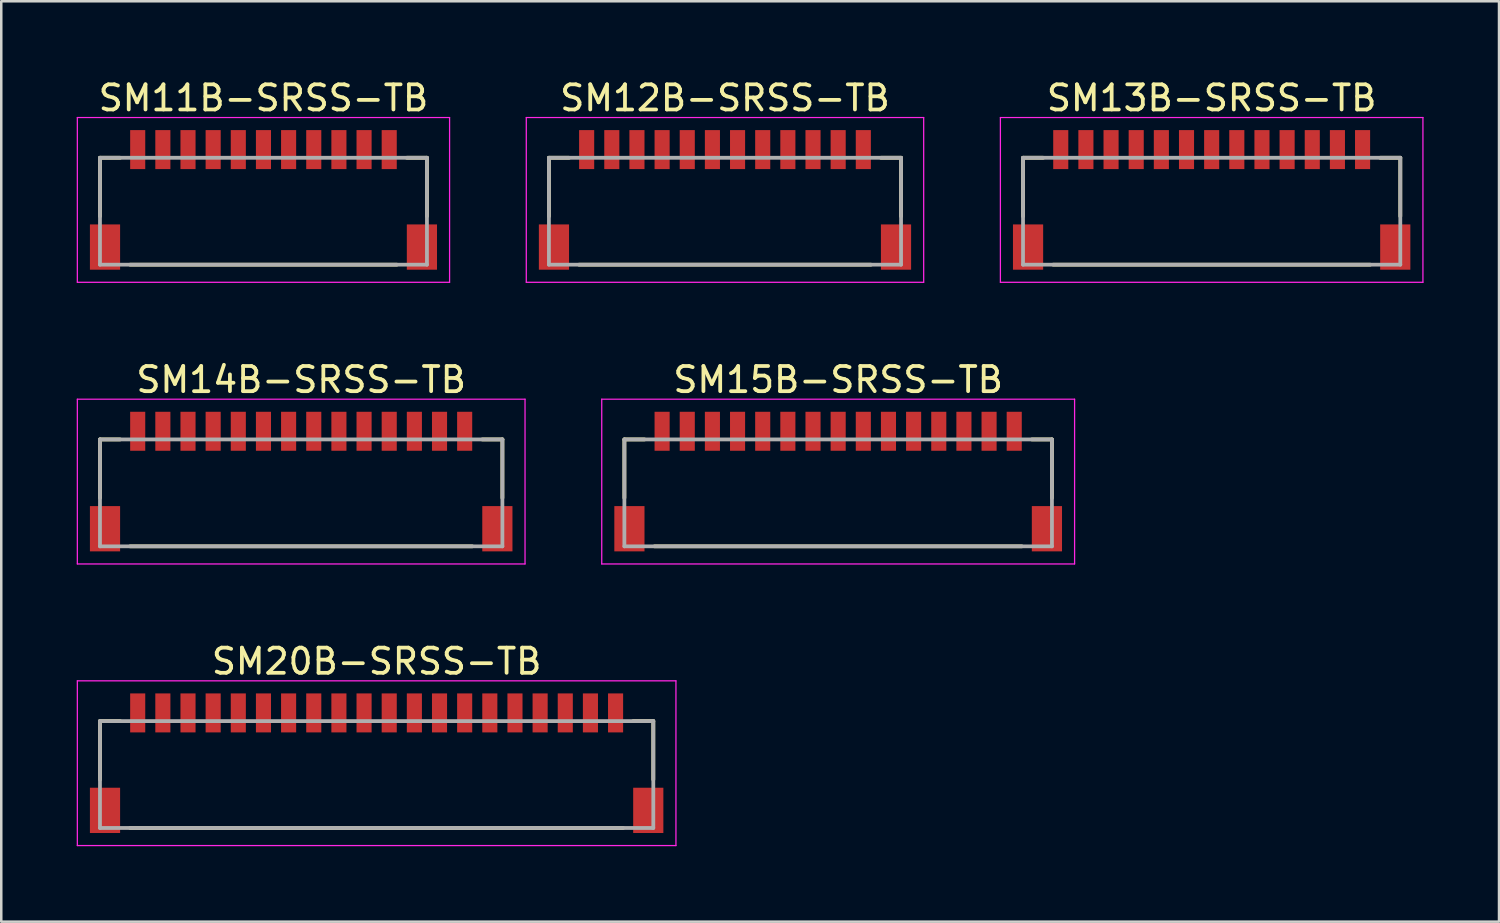
<source format=kicad_pcb>
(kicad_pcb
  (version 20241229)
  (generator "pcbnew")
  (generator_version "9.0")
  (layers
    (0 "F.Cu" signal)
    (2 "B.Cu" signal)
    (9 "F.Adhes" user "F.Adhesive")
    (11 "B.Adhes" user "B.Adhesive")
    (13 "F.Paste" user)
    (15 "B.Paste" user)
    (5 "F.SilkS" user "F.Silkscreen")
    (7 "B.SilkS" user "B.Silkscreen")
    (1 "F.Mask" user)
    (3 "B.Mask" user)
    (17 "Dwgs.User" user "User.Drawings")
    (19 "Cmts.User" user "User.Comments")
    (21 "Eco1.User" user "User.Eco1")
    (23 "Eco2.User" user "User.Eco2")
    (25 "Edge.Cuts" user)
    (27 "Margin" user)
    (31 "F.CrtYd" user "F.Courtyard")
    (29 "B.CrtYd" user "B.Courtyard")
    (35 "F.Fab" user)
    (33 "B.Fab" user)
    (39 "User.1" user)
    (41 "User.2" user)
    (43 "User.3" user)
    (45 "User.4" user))
  (footprint "SM14B-SRSS-TB"
    (layer "F.Cu")
    (at 8.925 16.547)
    (property "Reference" "SM14B-SRSS-TB" (at 0 -4.5 0) (layer "F.SilkS") (effects (font (size 1 1) (thickness 0.15))))
    (attr smd)
    (fp_line (start -8 -2.125) (end -8 0.2) (stroke (width 0.15) (type solid)) (layer "F.SilkS"))
    (fp_line (start -8 -2.125) (end -7.2 -2.125) (stroke (width 0.15) (type solid)) (layer "F.SilkS"))
    (fp_line (start -6.8 2.125) (end 6.8 2.125) (stroke (width 0.15) (type solid)) (layer "F.SilkS"))
    (fp_line (start 7.2 -2.125) (end 8 -2.125) (stroke (width 0.15) (type solid)) (layer "F.SilkS"))
    (fp_line (start 8 -2.125) (end 8 0.2) (stroke (width 0.15) (type solid)) (layer "F.SilkS"))
    (fp_line (start -8.9 -3.725) (end -8.9 2.825) (stroke (width 0.05) (type solid)) (layer "F.CrtYd"))
    (fp_line (start -8.9 -3.725) (end 8.9 -3.725) (stroke (width 0.05) (type solid)) (layer "F.CrtYd"))
    (fp_line (start -8.9 2.825) (end 8.9 2.825) (stroke (width 0.05) (type solid)) (layer "F.CrtYd"))
    (fp_line (start 8.9 -3.725) (end 8.9 2.825) (stroke (width 0.05) (type solid)) (layer "F.CrtYd"))
    (fp_line (start -8 -2.125) (end -8 2.125) (stroke (width 0.15) (type solid)) (layer "F.Fab"))
    (fp_line (start -8 -2.125) (end 8 -2.125) (stroke (width 0.15) (type solid)) (layer "F.Fab"))
    (fp_line (start -8 2.125) (end 8 2.125) (stroke (width 0.15) (type solid)) (layer "F.Fab"))
    (fp_line (start 8 -2.125) (end 8 2.125) (stroke (width 0.15) (type solid)) (layer "F.Fab"))
    (pad "1" smd rect (at -6.5 -2.45) (size 0.6 1.55) (layers "F.Cu" "F.Mask" "F.Paste"))
    (pad "2" smd rect (at -5.5 -2.45) (size 0.6 1.55) (layers "F.Cu" "F.Mask" "F.Paste"))
    (pad "3" smd rect (at -4.5 -2.45) (size 0.6 1.55) (layers "F.Cu" "F.Mask" "F.Paste"))
    (pad "4" smd rect (at -3.5 -2.45) (size 0.6 1.55) (layers "F.Cu" "F.Mask" "F.Paste"))
    (pad "5" smd rect (at -2.5 -2.45) (size 0.6 1.55) (layers "F.Cu" "F.Mask" "F.Paste"))
    (pad "6" smd rect (at -1.5 -2.45) (size 0.6 1.55) (layers "F.Cu" "F.Mask" "F.Paste"))
    (pad "7" smd rect (at -0.5 -2.45) (size 0.6 1.55) (layers "F.Cu" "F.Mask" "F.Paste"))
    (pad "8" smd rect (at 0.5 -2.45) (size 0.6 1.55) (layers "F.Cu" "F.Mask" "F.Paste"))
    (pad "9" smd rect (at 1.5 -2.45) (size 0.6 1.55) (layers "F.Cu" "F.Mask" "F.Paste"))
    (pad "10" smd rect (at 2.5 -2.45) (size 0.6 1.55) (layers "F.Cu" "F.Mask" "F.Paste"))
    (pad "11" smd rect (at 3.5 -2.45) (size 0.6 1.55) (layers "F.Cu" "F.Mask" "F.Paste"))
    (pad "12" smd rect (at 4.5 -2.45) (size 0.6 1.55) (layers "F.Cu" "F.Mask" "F.Paste"))
    (pad "13" smd rect (at 5.5 -2.45) (size 0.6 1.55) (layers "F.Cu" "F.Mask" "F.Paste"))
    (pad "14" smd rect (at 6.5 -2.45) (size 0.6 1.55) (layers "F.Cu" "F.Mask" "F.Paste"))
    (pad "S" smd rect (at -7.8 1.425) (size 1.2 1.8) (layers "F.Cu" "F.Mask" "F.Paste"))
    (pad "S" smd rect (at 7.8 1.425) (size 1.2 1.8) (layers "F.Cu" "F.Mask" "F.Paste")))
  (footprint "SM15B-SRSS-TB"
    (layer "F.Cu")
    (at 30.275 16.547)
    (property "Reference" "SM15B-SRSS-TB" (at 0 -4.5 0) (layer "F.SilkS") (effects (font (size 1 1) (thickness 0.15))))
    (attr smd)
    (fp_line (start -8.5 -2.125) (end -8.5 0.2) (stroke (width 0.15) (type solid)) (layer "F.SilkS"))
    (fp_line (start -8.5 -2.125) (end -7.7 -2.125) (stroke (width 0.15) (type solid)) (layer "F.SilkS"))
    (fp_line (start -7.3 2.125) (end 7.3 2.125) (stroke (width 0.15) (type solid)) (layer "F.SilkS"))
    (fp_line (start 7.7 -2.125) (end 8.5 -2.125) (stroke (width 0.15) (type solid)) (layer "F.SilkS"))
    (fp_line (start 8.5 -2.125) (end 8.5 0.2) (stroke (width 0.15) (type solid)) (layer "F.SilkS"))
    (fp_line (start -9.4 -3.725) (end -9.4 2.825) (stroke (width 0.05) (type solid)) (layer "F.CrtYd"))
    (fp_line (start -9.4 -3.725) (end 9.4 -3.725) (stroke (width 0.05) (type solid)) (layer "F.CrtYd"))
    (fp_line (start -9.4 2.825) (end 9.4 2.825) (stroke (width 0.05) (type solid)) (layer "F.CrtYd"))
    (fp_line (start 9.4 -3.725) (end 9.4 2.825) (stroke (width 0.05) (type solid)) (layer "F.CrtYd"))
    (fp_line (start -8.5 -2.125) (end -8.5 2.125) (stroke (width 0.15) (type solid)) (layer "F.Fab"))
    (fp_line (start -8.5 -2.125) (end 8.5 -2.125) (stroke (width 0.15) (type solid)) (layer "F.Fab"))
    (fp_line (start -8.5 2.125) (end 8.5 2.125) (stroke (width 0.15) (type solid)) (layer "F.Fab"))
    (fp_line (start 8.5 -2.125) (end 8.5 2.125) (stroke (width 0.15) (type solid)) (layer "F.Fab"))
    (pad "1" smd rect (at -7 -2.45) (size 0.6 1.55) (layers "F.Cu" "F.Mask" "F.Paste"))
    (pad "2" smd rect (at -6 -2.45) (size 0.6 1.55) (layers "F.Cu" "F.Mask" "F.Paste"))
    (pad "3" smd rect (at -5 -2.45) (size 0.6 1.55) (layers "F.Cu" "F.Mask" "F.Paste"))
    (pad "4" smd rect (at -4 -2.45) (size 0.6 1.55) (layers "F.Cu" "F.Mask" "F.Paste"))
    (pad "5" smd rect (at -3 -2.45) (size 0.6 1.55) (layers "F.Cu" "F.Mask" "F.Paste"))
    (pad "6" smd rect (at -2 -2.45) (size 0.6 1.55) (layers "F.Cu" "F.Mask" "F.Paste"))
    (pad "7" smd rect (at -1 -2.45) (size 0.6 1.55) (layers "F.Cu" "F.Mask" "F.Paste"))
    (pad "8" smd rect (at 0 -2.45) (size 0.6 1.55) (layers "F.Cu" "F.Mask" "F.Paste"))
    (pad "9" smd rect (at 1 -2.45) (size 0.6 1.55) (layers "F.Cu" "F.Mask" "F.Paste"))
    (pad "10" smd rect (at 2 -2.45) (size 0.6 1.55) (layers "F.Cu" "F.Mask" "F.Paste"))
    (pad "11" smd rect (at 3 -2.45) (size 0.6 1.55) (layers "F.Cu" "F.Mask" "F.Paste"))
    (pad "12" smd rect (at 4 -2.45) (size 0.6 1.55) (layers "F.Cu" "F.Mask" "F.Paste"))
    (pad "13" smd rect (at 5 -2.45) (size 0.6 1.55) (layers "F.Cu" "F.Mask" "F.Paste"))
    (pad "14" smd rect (at 6 -2.45) (size 0.6 1.55) (layers "F.Cu" "F.Mask" "F.Paste"))
    (pad "15" smd rect (at 7 -2.45) (size 0.6 1.55) (layers "F.Cu" "F.Mask" "F.Paste"))
    (pad "S" smd rect (at -8.3 1.425) (size 1.2 1.8) (layers "F.Cu" "F.Mask" "F.Paste"))
    (pad "S" smd rect (at 8.3 1.425) (size 1.2 1.8) (layers "F.Cu" "F.Mask" "F.Paste")))
  (footprint "SM11B-SRSS-TB"
    (layer "F.Cu")
    (at 7.425 5.348)
    (property "Reference" "SM11B-SRSS-TB" (at 0 -4.5 0) (layer "F.SilkS") (effects (font (size 1 1) (thickness 0.15))))
    (attr smd)
    (fp_line (start -6.5 -2.125) (end -6.5 0.2) (stroke (width 0.15) (type solid)) (layer "F.SilkS"))
    (fp_line (start -6.5 -2.125) (end -5.7 -2.125) (stroke (width 0.15) (type solid)) (layer "F.SilkS"))
    (fp_line (start -5.3 2.125) (end 5.3 2.125) (stroke (width 0.15) (type solid)) (layer "F.SilkS"))
    (fp_line (start 5.7 -2.125) (end 6.5 -2.125) (stroke (width 0.15) (type solid)) (layer "F.SilkS"))
    (fp_line (start 6.5 -2.125) (end 6.5 0.2) (stroke (width 0.15) (type solid)) (layer "F.SilkS"))
    (fp_line (start -7.4 -3.725) (end -7.4 2.825) (stroke (width 0.05) (type solid)) (layer "F.CrtYd"))
    (fp_line (start -7.4 -3.725) (end 7.4 -3.725) (stroke (width 0.05) (type solid)) (layer "F.CrtYd"))
    (fp_line (start -7.4 2.825) (end 7.4 2.825) (stroke (width 0.05) (type solid)) (layer "F.CrtYd"))
    (fp_line (start 7.4 -3.725) (end 7.4 2.825) (stroke (width 0.05) (type solid)) (layer "F.CrtYd"))
    (fp_line (start -6.5 -2.125) (end -6.5 2.125) (stroke (width 0.15) (type solid)) (layer "F.Fab"))
    (fp_line (start -6.5 -2.125) (end 6.5 -2.125) (stroke (width 0.15) (type solid)) (layer "F.Fab"))
    (fp_line (start -6.5 2.125) (end 6.5 2.125) (stroke (width 0.15) (type solid)) (layer "F.Fab"))
    (fp_line (start 6.5 -2.125) (end 6.5 2.125) (stroke (width 0.15) (type solid)) (layer "F.Fab"))
    (pad "1" smd rect (at -5 -2.45) (size 0.6 1.55) (layers "F.Cu" "F.Mask" "F.Paste"))
    (pad "2" smd rect (at -4 -2.45) (size 0.6 1.55) (layers "F.Cu" "F.Mask" "F.Paste"))
    (pad "3" smd rect (at -3 -2.45) (size 0.6 1.55) (layers "F.Cu" "F.Mask" "F.Paste"))
    (pad "4" smd rect (at -2 -2.45) (size 0.6 1.55) (layers "F.Cu" "F.Mask" "F.Paste"))
    (pad "5" smd rect (at -1 -2.45) (size 0.6 1.55) (layers "F.Cu" "F.Mask" "F.Paste"))
    (pad "6" smd rect (at 0 -2.45) (size 0.6 1.55) (layers "F.Cu" "F.Mask" "F.Paste"))
    (pad "7" smd rect (at 1 -2.45) (size 0.6 1.55) (layers "F.Cu" "F.Mask" "F.Paste"))
    (pad "8" smd rect (at 2 -2.45) (size 0.6 1.55) (layers "F.Cu" "F.Mask" "F.Paste"))
    (pad "9" smd rect (at 3 -2.45) (size 0.6 1.55) (layers "F.Cu" "F.Mask" "F.Paste"))
    (pad "10" smd rect (at 4 -2.45) (size 0.6 1.55) (layers "F.Cu" "F.Mask" "F.Paste"))
    (pad "11" smd rect (at 5 -2.45) (size 0.6 1.55) (layers "F.Cu" "F.Mask" "F.Paste"))
    (pad "S" smd rect (at -6.3 1.425) (size 1.2 1.8) (layers "F.Cu" "F.Mask" "F.Paste"))
    (pad "S" smd rect (at 6.3 1.425) (size 1.2 1.8) (layers "F.Cu" "F.Mask" "F.Paste")))
  (footprint "SM13B-SRSS-TB"
    (layer "F.Cu")
    (at 45.125 5.348)
    (property "Reference" "SM13B-SRSS-TB" (at 0 -4.5 0) (layer "F.SilkS") (effects (font (size 1 1) (thickness 0.15))))
    (attr smd)
    (fp_line (start -7.5 -2.125) (end -7.5 0.2) (stroke (width 0.15) (type solid)) (layer "F.SilkS"))
    (fp_line (start -7.5 -2.125) (end -6.7 -2.125) (stroke (width 0.15) (type solid)) (layer "F.SilkS"))
    (fp_line (start -6.3 2.125) (end 6.3 2.125) (stroke (width 0.15) (type solid)) (layer "F.SilkS"))
    (fp_line (start 6.7 -2.125) (end 7.5 -2.125) (stroke (width 0.15) (type solid)) (layer "F.SilkS"))
    (fp_line (start 7.5 -2.125) (end 7.5 0.2) (stroke (width 0.15) (type solid)) (layer "F.SilkS"))
    (fp_line (start -8.4 -3.725) (end -8.4 2.825) (stroke (width 0.05) (type solid)) (layer "F.CrtYd"))
    (fp_line (start -8.4 -3.725) (end 8.4 -3.725) (stroke (width 0.05) (type solid)) (layer "F.CrtYd"))
    (fp_line (start -8.4 2.825) (end 8.4 2.825) (stroke (width 0.05) (type solid)) (layer "F.CrtYd"))
    (fp_line (start 8.4 -3.725) (end 8.4 2.825) (stroke (width 0.05) (type solid)) (layer "F.CrtYd"))
    (fp_line (start -7.5 -2.125) (end -7.5 2.125) (stroke (width 0.15) (type solid)) (layer "F.Fab"))
    (fp_line (start -7.5 -2.125) (end 7.5 -2.125) (stroke (width 0.15) (type solid)) (layer "F.Fab"))
    (fp_line (start -7.5 2.125) (end 7.5 2.125) (stroke (width 0.15) (type solid)) (layer "F.Fab"))
    (fp_line (start 7.5 -2.125) (end 7.5 2.125) (stroke (width 0.15) (type solid)) (layer "F.Fab"))
    (pad "1" smd rect (at -6 -2.45) (size 0.6 1.55) (layers "F.Cu" "F.Mask" "F.Paste"))
    (pad "2" smd rect (at -5 -2.45) (size 0.6 1.55) (layers "F.Cu" "F.Mask" "F.Paste"))
    (pad "3" smd rect (at -4 -2.45) (size 0.6 1.55) (layers "F.Cu" "F.Mask" "F.Paste"))
    (pad "4" smd rect (at -3 -2.45) (size 0.6 1.55) (layers "F.Cu" "F.Mask" "F.Paste"))
    (pad "5" smd rect (at -2 -2.45) (size 0.6 1.55) (layers "F.Cu" "F.Mask" "F.Paste"))
    (pad "6" smd rect (at -1 -2.45) (size 0.6 1.55) (layers "F.Cu" "F.Mask" "F.Paste"))
    (pad "7" smd rect (at 0 -2.45) (size 0.6 1.55) (layers "F.Cu" "F.Mask" "F.Paste"))
    (pad "8" smd rect (at 1 -2.45) (size 0.6 1.55) (layers "F.Cu" "F.Mask" "F.Paste"))
    (pad "9" smd rect (at 2 -2.45) (size 0.6 1.55) (layers "F.Cu" "F.Mask" "F.Paste"))
    (pad "10" smd rect (at 3 -2.45) (size 0.6 1.55) (layers "F.Cu" "F.Mask" "F.Paste"))
    (pad "11" smd rect (at 4 -2.45) (size 0.6 1.55) (layers "F.Cu" "F.Mask" "F.Paste"))
    (pad "12" smd rect (at 5 -2.45) (size 0.6 1.55) (layers "F.Cu" "F.Mask" "F.Paste"))
    (pad "13" smd rect (at 6 -2.45) (size 0.6 1.55) (layers "F.Cu" "F.Mask" "F.Paste"))
    (pad "S" smd rect (at -7.3 1.425) (size 1.2 1.8) (layers "F.Cu" "F.Mask" "F.Paste"))
    (pad "S" smd rect (at 7.3 1.425) (size 1.2 1.8) (layers "F.Cu" "F.Mask" "F.Paste")))
  (footprint "SM20B-SRSS-TB"
    (layer "F.Cu")
    (at 11.925 27.745)
    (property "Reference" "SM20B-SRSS-TB" (at 0 -4.5 0) (layer "F.SilkS") (effects (font (size 1 1) (thickness 0.15))))
    (attr smd)
    (fp_line (start -11 -2.125) (end -11 0.2) (stroke (width 0.15) (type solid)) (layer "F.SilkS"))
    (fp_line (start -11 -2.125) (end -10.2 -2.125) (stroke (width 0.15) (type solid)) (layer "F.SilkS"))
    (fp_line (start -9.8 2.125) (end 9.8 2.125) (stroke (width 0.15) (type solid)) (layer "F.SilkS"))
    (fp_line (start 10.2 -2.125) (end 11 -2.125) (stroke (width 0.15) (type solid)) (layer "F.SilkS"))
    (fp_line (start 11 -2.125) (end 11 0.2) (stroke (width 0.15) (type solid)) (layer "F.SilkS"))
    (fp_line (start -11.9 -3.725) (end -11.9 2.825) (stroke (width 0.05) (type solid)) (layer "F.CrtYd"))
    (fp_line (start -11.9 -3.725) (end 11.9 -3.725) (stroke (width 0.05) (type solid)) (layer "F.CrtYd"))
    (fp_line (start -11.9 2.825) (end 11.9 2.825) (stroke (width 0.05) (type solid)) (layer "F.CrtYd"))
    (fp_line (start 11.9 -3.725) (end 11.9 2.825) (stroke (width 0.05) (type solid)) (layer "F.CrtYd"))
    (fp_line (start -11 -2.125) (end -11 2.125) (stroke (width 0.15) (type solid)) (layer "F.Fab"))
    (fp_line (start -11 -2.125) (end 11 -2.125) (stroke (width 0.15) (type solid)) (layer "F.Fab"))
    (fp_line (start -11 2.125) (end 11 2.125) (stroke (width 0.15) (type solid)) (layer "F.Fab"))
    (fp_line (start 11 -2.125) (end 11 2.125) (stroke (width 0.15) (type solid)) (layer "F.Fab"))
    (pad "1" smd rect (at -9.5 -2.45) (size 0.6 1.55) (layers "F.Cu" "F.Mask" "F.Paste"))
    (pad "2" smd rect (at -8.5 -2.45) (size 0.6 1.55) (layers "F.Cu" "F.Mask" "F.Paste"))
    (pad "3" smd rect (at -7.5 -2.45) (size 0.6 1.55) (layers "F.Cu" "F.Mask" "F.Paste"))
    (pad "4" smd rect (at -6.5 -2.45) (size 0.6 1.55) (layers "F.Cu" "F.Mask" "F.Paste"))
    (pad "5" smd rect (at -5.5 -2.45) (size 0.6 1.55) (layers "F.Cu" "F.Mask" "F.Paste"))
    (pad "6" smd rect (at -4.5 -2.45) (size 0.6 1.55) (layers "F.Cu" "F.Mask" "F.Paste"))
    (pad "7" smd rect (at -3.5 -2.45) (size 0.6 1.55) (layers "F.Cu" "F.Mask" "F.Paste"))
    (pad "8" smd rect (at -2.5 -2.45) (size 0.6 1.55) (layers "F.Cu" "F.Mask" "F.Paste"))
    (pad "9" smd rect (at -1.5 -2.45) (size 0.6 1.55) (layers "F.Cu" "F.Mask" "F.Paste"))
    (pad "10" smd rect (at -0.5 -2.45) (size 0.6 1.55) (layers "F.Cu" "F.Mask" "F.Paste"))
    (pad "11" smd rect (at 0.5 -2.45) (size 0.6 1.55) (layers "F.Cu" "F.Mask" "F.Paste"))
    (pad "12" smd rect (at 1.5 -2.45) (size 0.6 1.55) (layers "F.Cu" "F.Mask" "F.Paste"))
    (pad "13" smd rect (at 2.5 -2.45) (size 0.6 1.55) (layers "F.Cu" "F.Mask" "F.Paste"))
    (pad "14" smd rect (at 3.5 -2.45) (size 0.6 1.55) (layers "F.Cu" "F.Mask" "F.Paste"))
    (pad "15" smd rect (at 4.5 -2.45) (size 0.6 1.55) (layers "F.Cu" "F.Mask" "F.Paste"))
    (pad "16" smd rect (at 5.5 -2.45) (size 0.6 1.55) (layers "F.Cu" "F.Mask" "F.Paste"))
    (pad "17" smd rect (at 6.5 -2.45) (size 0.6 1.55) (layers "F.Cu" "F.Mask" "F.Paste"))
    (pad "18" smd rect (at 7.5 -2.45) (size 0.6 1.55) (layers "F.Cu" "F.Mask" "F.Paste"))
    (pad "19" smd rect (at 8.5 -2.45) (size 0.6 1.55) (layers "F.Cu" "F.Mask" "F.Paste"))
    (pad "20" smd rect (at 9.5 -2.45) (size 0.6 1.55) (layers "F.Cu" "F.Mask" "F.Paste"))
    (pad "S" smd rect (at -10.8 1.425) (size 1.2 1.8) (layers "F.Cu" "F.Mask" "F.Paste"))
    (pad "S" smd rect (at 10.8 1.425) (size 1.2 1.8) (layers "F.Cu" "F.Mask" "F.Paste")))
  (footprint "SM12B-SRSS-TB"
    (layer "F.Cu")
    (at 25.775 5.348)
    (property "Reference" "SM12B-SRSS-TB" (at 0 -4.5 0) (layer "F.SilkS") (effects (font (size 1 1) (thickness 0.15))))
    (attr smd)
    (fp_line (start -7 -2.125) (end -7 0.2) (stroke (width 0.15) (type solid)) (layer "F.SilkS"))
    (fp_line (start -7 -2.125) (end -6.2 -2.125) (stroke (width 0.15) (type solid)) (layer "F.SilkS"))
    (fp_line (start -5.8 2.125) (end 5.8 2.125) (stroke (width 0.15) (type solid)) (layer "F.SilkS"))
    (fp_line (start 6.2 -2.125) (end 7 -2.125) (stroke (width 0.15) (type solid)) (layer "F.SilkS"))
    (fp_line (start 7 -2.125) (end 7 0.2) (stroke (width 0.15) (type solid)) (layer "F.SilkS"))
    (fp_line (start -7.9 -3.725) (end -7.9 2.825) (stroke (width 0.05) (type solid)) (layer "F.CrtYd"))
    (fp_line (start -7.9 -3.725) (end 7.9 -3.725) (stroke (width 0.05) (type solid)) (layer "F.CrtYd"))
    (fp_line (start -7.9 2.825) (end 7.9 2.825) (stroke (width 0.05) (type solid)) (layer "F.CrtYd"))
    (fp_line (start 7.9 -3.725) (end 7.9 2.825) (stroke (width 0.05) (type solid)) (layer "F.CrtYd"))
    (fp_line (start -7 -2.125) (end -7 2.125) (stroke (width 0.15) (type solid)) (layer "F.Fab"))
    (fp_line (start -7 -2.125) (end 7 -2.125) (stroke (width 0.15) (type solid)) (layer "F.Fab"))
    (fp_line (start -7 2.125) (end 7 2.125) (stroke (width 0.15) (type solid)) (layer "F.Fab"))
    (fp_line (start 7 -2.125) (end 7 2.125) (stroke (width 0.15) (type solid)) (layer "F.Fab"))
    (pad "1" smd rect (at -5.5 -2.45) (size 0.6 1.55) (layers "F.Cu" "F.Mask" "F.Paste"))
    (pad "2" smd rect (at -4.5 -2.45) (size 0.6 1.55) (layers "F.Cu" "F.Mask" "F.Paste"))
    (pad "3" smd rect (at -3.5 -2.45) (size 0.6 1.55) (layers "F.Cu" "F.Mask" "F.Paste"))
    (pad "4" smd rect (at -2.5 -2.45) (size 0.6 1.55) (layers "F.Cu" "F.Mask" "F.Paste"))
    (pad "5" smd rect (at -1.5 -2.45) (size 0.6 1.55) (layers "F.Cu" "F.Mask" "F.Paste"))
    (pad "6" smd rect (at -0.5 -2.45) (size 0.6 1.55) (layers "F.Cu" "F.Mask" "F.Paste"))
    (pad "7" smd rect (at 0.5 -2.45) (size 0.6 1.55) (layers "F.Cu" "F.Mask" "F.Paste"))
    (pad "8" smd rect (at 1.5 -2.45) (size 0.6 1.55) (layers "F.Cu" "F.Mask" "F.Paste"))
    (pad "9" smd rect (at 2.5 -2.45) (size 0.6 1.55) (layers "F.Cu" "F.Mask" "F.Paste"))
    (pad "10" smd rect (at 3.5 -2.45) (size 0.6 1.55) (layers "F.Cu" "F.Mask" "F.Paste"))
    (pad "11" smd rect (at 4.5 -2.45) (size 0.6 1.55) (layers "F.Cu" "F.Mask" "F.Paste"))
    (pad "12" smd rect (at 5.5 -2.45) (size 0.6 1.55) (layers "F.Cu" "F.Mask" "F.Paste"))
    (pad "S" smd rect (at -6.8 1.425) (size 1.2 1.8) (layers "F.Cu" "F.Mask" "F.Paste"))
    (pad "S" smd rect (at 6.8 1.425) (size 1.2 1.8) (layers "F.Cu" "F.Mask" "F.Paste")))
  (gr_rect
    (start -3 -3)
    (end 56.55 33.595)
    (stroke (width 0.1) (type default))
    (fill no)
    (layer "Edge.Cuts")))
</source>
